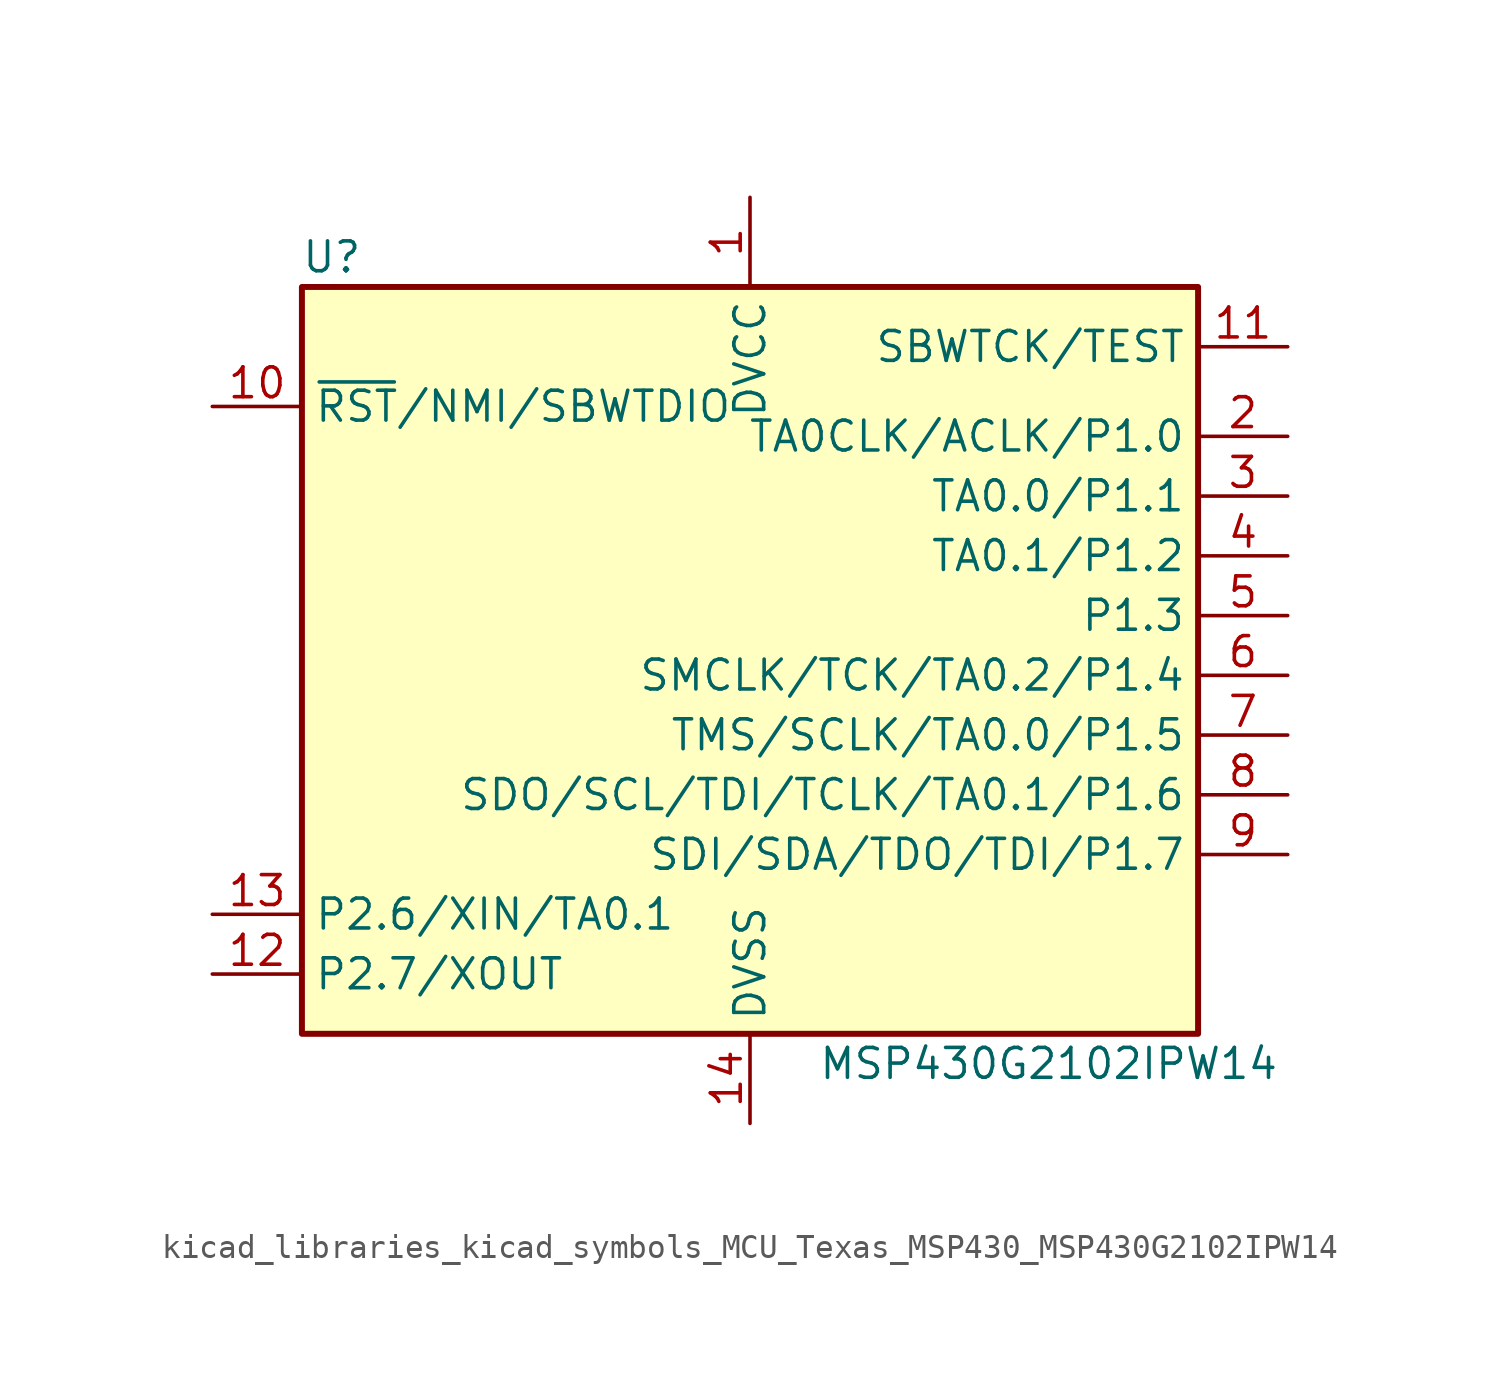
<source format=kicad_sym>
(kicad_symbol_lib
  (version 20220914)
  (generator kicad_symbol_editor)
  (symbol "kicad_libraries_kicad_symbols_MCU_Texas_MSP430_MSP430G2102IPW14"
    (property "Reference" "U"
      (at -17.78 17.78 0)
      (effects (font (size 1.27 1.27))))
    (property "Value" "MSP430G2102IPW14"
      (at 12.7 -16.51 0)
      (effects (font (size 1.27 1.27))))
    (symbol "kicad_libraries_kicad_symbols_MCU_Texas_MSP430_MSP430G2102IPW14_0_1"
      (rectangle (start -19.05 16.51) (end 19.05 -15.24) (stroke (width 0.254) (type default)) (fill (type background))))
    (symbol "kicad_libraries_kicad_symbols_MCU_Texas_MSP430_MSP430G2102IPW14_1_1"
      (pin power_in line (at 0 20.32 270) (length 3.81) (name "DVCC" (effects (font (size 1.27 1.27)))) (number "1" (effects (font (size 1.27 1.27)))))
      (pin input line (at -22.86 11.43 0) (length 3.81) (name "~{RST}/NMI/SBWTDIO" (effects (font (size 1.27 1.27)))) (number "10" (effects (font (size 1.27 1.27)))))
      (pin input line (at 22.86 13.97 180) (length 3.81) (name "SBWTCK/TEST" (effects (font (size 1.27 1.27)))) (number "11" (effects (font (size 1.27 1.27)))))
      (pin bidirectional line (at -22.86 -12.7 0) (length 3.81) (name "P2.7/XOUT" (effects (font (size 1.27 1.27)))) (number "12" (effects (font (size 1.27 1.27)))))
      (pin bidirectional line (at -22.86 -10.16 0) (length 3.81) (name "P2.6/XIN/TA0.1" (effects (font (size 1.27 1.27)))) (number "13" (effects (font (size 1.27 1.27)))))
      (pin power_in line (at 0 -19.05 90) (length 3.81) (name "DVSS" (effects (font (size 1.27 1.27)))) (number "14" (effects (font (size 1.27 1.27)))))
      (pin bidirectional line (at 22.86 10.16 180) (length 3.81) (name "TA0CLK/ACLK/P1.0" (effects (font (size 1.27 1.27)))) (number "2" (effects (font (size 1.27 1.27)))))
      (pin bidirectional line (at 22.86 7.62 180) (length 3.81) (name "TA0.0/P1.1" (effects (font (size 1.27 1.27)))) (number "3" (effects (font (size 1.27 1.27)))))
      (pin bidirectional line (at 22.86 5.08 180) (length 3.81) (name "TA0.1/P1.2" (effects (font (size 1.27 1.27)))) (number "4" (effects (font (size 1.27 1.27)))))
      (pin bidirectional line (at 22.86 2.54 180) (length 3.81) (name "P1.3" (effects (font (size 1.27 1.27)))) (number "5" (effects (font (size 1.27 1.27)))))
      (pin bidirectional line (at 22.86 0 180) (length 3.81) (name "SMCLK/TCK/TA0.2/P1.4" (effects (font (size 1.27 1.27)))) (number "6" (effects (font (size 1.27 1.27)))))
      (pin bidirectional line (at 22.86 -2.54 180) (length 3.81) (name "TMS/SCLK/TA0.0/P1.5" (effects (font (size 1.27 1.27)))) (number "7" (effects (font (size 1.27 1.27)))))
      (pin bidirectional line (at 22.86 -5.08 180) (length 3.81) (name "SDO/SCL/TDI/TCLK/TA0.1/P1.6" (effects (font (size 1.27 1.27)))) (number "8" (effects (font (size 1.27 1.27)))))
      (pin bidirectional line (at 22.86 -7.62 180) (length 3.81) (name "SDI/SDA/TDO/TDI/P1.7" (effects (font (size 1.27 1.27)))) (number "9" (effects (font (size 1.27 1.27))))))))
</source>
